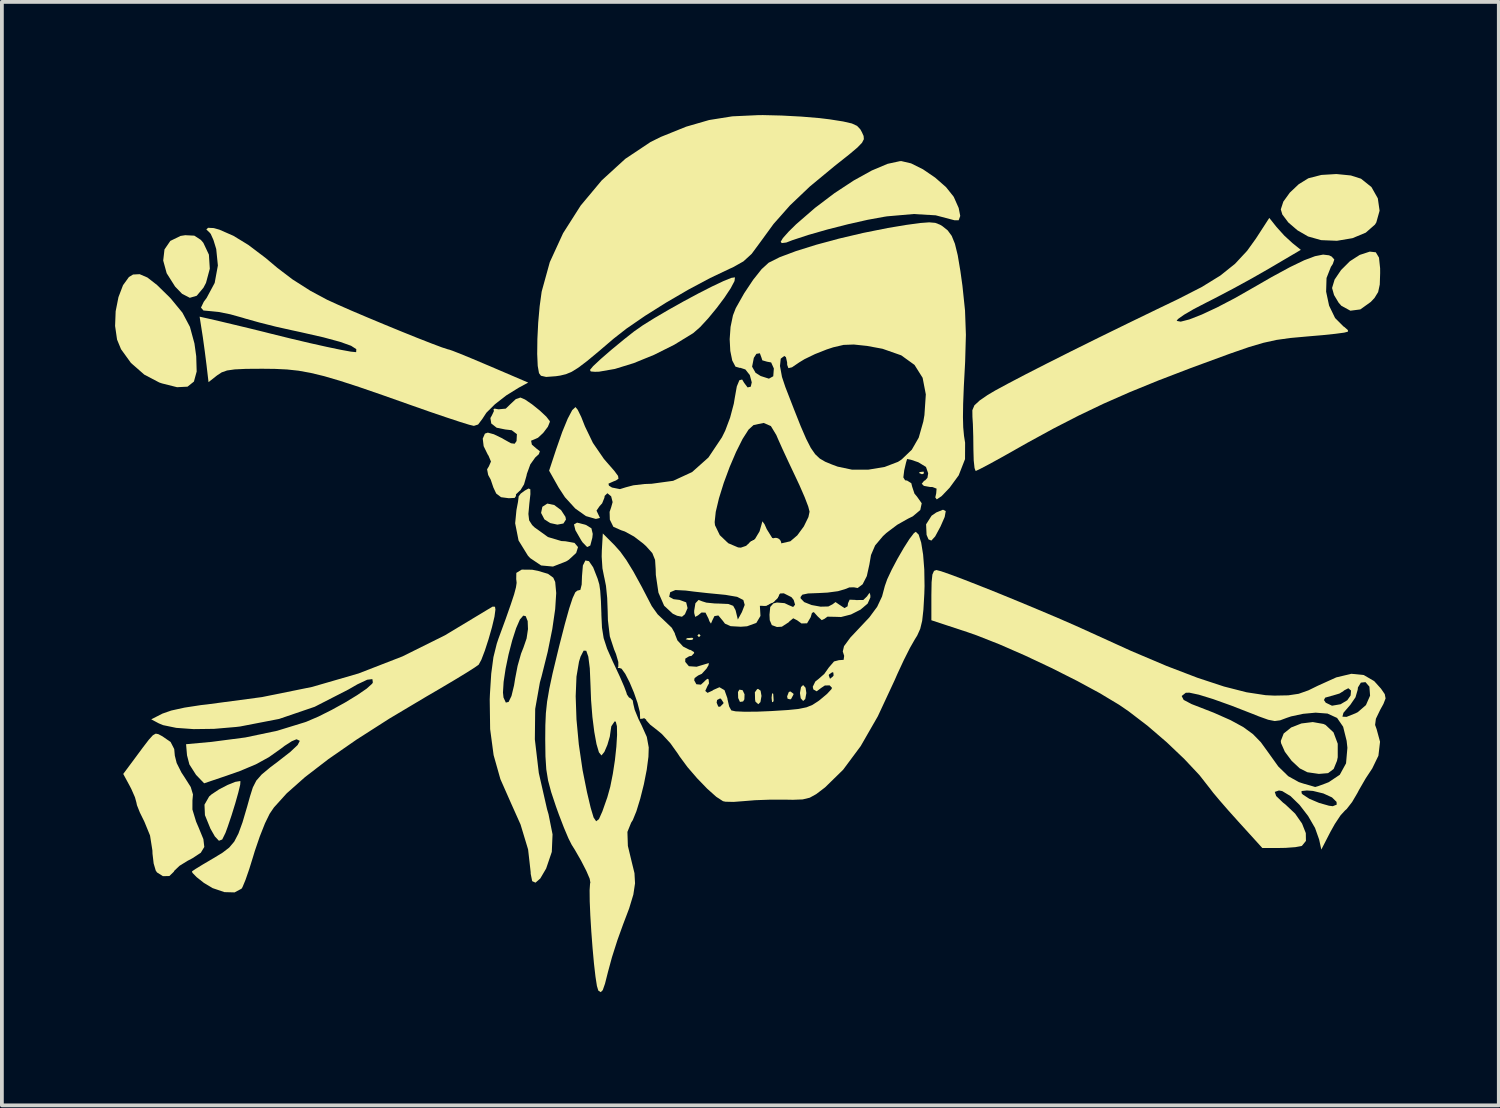
<source format=kicad_pcb>
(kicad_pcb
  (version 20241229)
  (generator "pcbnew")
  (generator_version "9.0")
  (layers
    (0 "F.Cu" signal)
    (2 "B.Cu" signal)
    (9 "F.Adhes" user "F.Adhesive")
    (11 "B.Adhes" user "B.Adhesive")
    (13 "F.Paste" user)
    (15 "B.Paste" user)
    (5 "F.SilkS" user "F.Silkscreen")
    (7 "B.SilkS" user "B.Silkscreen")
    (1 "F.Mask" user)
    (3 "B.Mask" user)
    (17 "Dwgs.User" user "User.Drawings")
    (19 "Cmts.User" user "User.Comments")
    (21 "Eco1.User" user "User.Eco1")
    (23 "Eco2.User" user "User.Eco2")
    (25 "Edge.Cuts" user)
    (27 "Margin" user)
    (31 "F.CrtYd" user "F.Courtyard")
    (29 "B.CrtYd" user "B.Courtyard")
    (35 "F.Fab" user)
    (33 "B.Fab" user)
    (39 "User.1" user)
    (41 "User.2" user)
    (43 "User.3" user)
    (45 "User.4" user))
  (footprint "logo"
    (layer "F.Cu")
    (at 16.79 11.675)
    (property "Reference" "logo" (at 0 0 0) (layer "F.SilkS") (effects (font (size 1.5 1.5) (thickness 0.3))))
    (attr board_only exclude_from_pos_files exclude_from_bom)
    (fp_poly (pts (xy -1.274 2.117) (xy -1.317 2.159) (xy -1.359 2.117) (xy -1.317 2.074)) (stroke (width 0) (type solid)) (fill yes) (layer "F.SilkS"))
    (fp_poly (pts (xy -1.467 2.193) (xy -1.492 2.231) (xy -1.579 2.237) (xy -1.669 2.216) (xy -1.63 2.186) (xy -1.497 2.176)) (stroke (width 0) (type solid)) (fill yes) (layer "F.SilkS"))
    (fp_poly (pts (xy 0.651 3.662) (xy 0.662 3.835) (xy 0.651 3.873) (xy 0.62 3.884) (xy 0.608 3.768) (xy 0.621 3.647)) (stroke (width 0) (type solid)) (fill yes) (layer "F.SilkS"))
    (fp_poly (pts (xy 4.644 -2.215) (xy 4.632 -2.165) (xy 4.587 -2.159) (xy 4.517 -2.19) (xy 4.531 -2.215) (xy 4.631 -2.226)) (stroke (width 0) (type solid)) (fill yes) (layer "F.SilkS"))
    (fp_poly (pts (xy -0.161 3.565) (xy -0.109 3.675) (xy -0.114 3.809) (xy -0.147 3.864) (xy -0.231 3.876) (xy -0.278 3.773) (xy -0.283 3.613) (xy -0.246 3.551)) (stroke (width 0) (type solid)) (fill yes) (layer "F.SilkS"))
    (fp_poly (pts (xy 1.187 3.659) (xy 1.189 3.678) (xy 1.128 3.793) (xy 1.104 3.81) (xy 1.032 3.791) (xy 1.019 3.73) (xy 1.064 3.614) (xy 1.104 3.598)) (stroke (width 0) (type solid)) (fill yes) (layer "F.SilkS"))
    (fp_poly (pts (xy 1.508 3.501) (xy 1.529 3.641) (xy 1.5 3.8) (xy 1.444 3.852) (xy 1.38 3.78) (xy 1.359 3.641) (xy 1.388 3.482) (xy 1.444 3.429)) (stroke (width 0) (type solid)) (fill yes) (layer "F.SilkS"))
    (fp_poly (pts (xy 0.316 3.578) (xy 0.34 3.718) (xy 0.312 3.881) (xy 0.255 3.937) (xy 0.179 3.868) (xy 0.17 3.81) (xy 0.166 3.657) (xy 0.164 3.622) (xy 0.222 3.541) (xy 0.248 3.53)) (stroke (width 0) (type solid)) (fill yes) (layer "F.SilkS"))
    (fp_poly (pts (xy -5.153 -1.342) (xy -4.971 -1.206) (xy -4.855 -1.028) (xy -4.842 -0.956) (xy -4.909 -0.852) (xy -5.068 -0.822) (xy -5.261 -0.864) (xy -5.412 -0.961) (xy -5.501 -1.132) (xy -5.467 -1.295) (xy -5.336 -1.38)) (stroke (width 0) (type solid)) (fill yes) (layer "F.SilkS"))
    (fp_poly (pts (xy 5.223 -1.181) (xy 5.195 -1.025) (xy 5.084 -0.772) (xy 4.943 -0.51) (xy 4.842 -0.399) (xy 4.766 -0.431) (xy 4.715 -0.55) (xy 4.702 -0.83) (xy 4.847 -1.058) (xy 4.971 -1.144) (xy 5.15 -1.217)) (stroke (width 0) (type solid)) (fill yes) (layer "F.SilkS"))
    (fp_poly (pts (xy -4.344 -0.824) (xy -4.309 -0.812) (xy -4.167 -0.725) (xy -4.132 -0.576) (xy -4.143 -0.473) (xy -4.197 -0.268) (xy -4.281 -0.228) (xy -4.402 -0.353) (xy -4.435 -0.402) (xy -4.591 -0.673) (xy -4.629 -0.827) (xy -4.548 -0.875)) (stroke (width 0) (type solid)) (fill yes) (layer "F.SilkS"))
    (fp_poly (pts (xy -14.69 -8.48) (xy -14.517 -8.367) (xy -14.451 -8.29) (xy -14.304 -7.977) (xy -14.28 -7.604) (xy -14.381 -7.228) (xy -14.448 -7.101) (xy -14.627 -6.887) (xy -14.81 -6.833) (xy -15.015 -6.939) (xy -15.2 -7.131) (xy -15.423 -7.484) (xy -15.515 -7.82) (xy -15.481 -8.115) (xy -15.326 -8.341) (xy -15.055 -8.473) (xy -14.931 -8.492)) (stroke (width 0) (type solid)) (fill yes) (layer "F.SilkS"))
    (fp_poly (pts (xy -13.468 5.98) (xy -13.475 6.071) (xy -13.525 6.279) (xy -13.605 6.564) (xy -13.703 6.881) (xy -13.807 7.189) (xy -13.864 7.345) (xy -13.951 7.522) (xy -14.038 7.556) (xy -14.146 7.441) (xy -14.263 7.236) (xy -14.409 6.877) (xy -14.421 6.599) (xy -14.297 6.382) (xy -14.233 6.326) (xy -14.036 6.195) (xy -13.809 6.077) (xy -13.606 5.995) (xy -13.48 5.974)) (stroke (width 0) (type solid)) (fill yes) (layer "F.SilkS"))
    (fp_poly (pts (xy 15.231 4.46) (xy 15.288 4.486) (xy 15.499 4.684) (xy 15.611 4.984) (xy 15.611 5.343) (xy 15.591 5.438) (xy 15.503 5.653) (xy 15.355 5.764) (xy 15.112 5.784) (xy 14.807 5.74) (xy 14.605 5.638) (xy 14.39 5.438) (xy 14.209 5.196) (xy 14.109 4.969) (xy 14.102 4.91) (xy 14.178 4.714) (xy 14.376 4.554) (xy 14.649 4.447) (xy 14.95 4.41)) (stroke (width 0) (type solid)) (fill yes) (layer "F.SilkS"))
    (fp_poly (pts (xy 16.62 -8.039) (xy 16.704 -7.898) (xy 16.734 -7.615) (xy 16.735 -7.489) (xy 16.725 -7.185) (xy 16.682 -6.986) (xy 16.586 -6.83) (xy 16.487 -6.724) (xy 16.209 -6.525) (xy 15.946 -6.491) (xy 15.708 -6.621) (xy 15.637 -6.7) (xy 15.513 -6.906) (xy 15.461 -7.092) (xy 15.461 -7.094) (xy 15.528 -7.317) (xy 15.7 -7.57) (xy 15.935 -7.804) (xy 16.189 -7.967) (xy 16.204 -7.973) (xy 16.46 -8.057)) (stroke (width 0) (type solid)) (fill yes) (layer "F.SilkS"))
    (fp_poly (pts (xy 15.959 -10.075) (xy 16.228 -9.989) (xy 16.504 -9.768) (xy 16.673 -9.469) (xy 16.72 -9.141) (xy 16.633 -8.83) (xy 16.597 -8.773) (xy 16.353 -8.559) (xy 16.001 -8.413) (xy 15.59 -8.344) (xy 15.171 -8.361) (xy 14.824 -8.459) (xy 14.543 -8.622) (xy 14.302 -8.829) (xy 14.143 -9.04) (xy 14.102 -9.176) (xy 14.169 -9.382) (xy 14.341 -9.62) (xy 14.576 -9.842) (xy 14.828 -9.998) (xy 14.838 -10.002) (xy 15.177 -10.089) (xy 15.576 -10.113)) (stroke (width 0) (type solid)) (fill yes) (layer "F.SilkS"))
    (fp_poly (pts (xy -15.934 -7.371) (xy -15.678 -7.172) (xy -15.349 -6.85) (xy -15.31 -6.809) (xy -15.006 -6.439) (xy -14.807 -6.064) (xy -14.687 -5.623) (xy -14.64 -5.285) (xy -14.628 -4.88) (xy -14.701 -4.613) (xy -14.87 -4.478) (xy -15.148 -4.464) (xy -15.546 -4.564) (xy -15.62 -4.589) (xy -16.016 -4.797) (xy -16.37 -5.107) (xy -16.633 -5.471) (xy -16.738 -5.726) (xy -16.79 -6.087) (xy -16.775 -6.476) (xy -16.701 -6.85) (xy -16.58 -7.167) (xy -16.423 -7.384) (xy -16.314 -7.45) (xy -16.139 -7.459)) (stroke (width 0) (type solid)) (fill yes) (layer "F.SilkS"))
    (fp_poly (pts (xy -5.786 -1.758) (xy -5.784 -1.629) (xy -5.812 -1.38) (xy -5.837 -1.105) (xy -5.817 -0.935) (xy -5.738 -0.811) (xy -5.674 -0.749) (xy -5.318 -0.493) (xy -4.963 -0.387) (xy -4.853 -0.381) (xy -4.616 -0.338) (xy -4.522 -0.227) (xy -4.571 -0.071) (xy -4.764 0.107) (xy -4.837 0.153) (xy -5.186 0.289) (xy -5.5 0.26) (xy -5.789 0.066) (xy -5.849 0.002) (xy -6.098 -0.402) (xy -6.188 -0.858) (xy -6.154 -1.207) (xy -6.113 -1.423) (xy -6.096 -1.558) (xy -6.096 -1.571) (xy -6.04 -1.645) (xy -5.93 -1.726) (xy -5.831 -1.78)) (stroke (width 0) (type solid)) (fill yes) (layer "F.SilkS"))
    (fp_poly (pts (xy -0.363 -7.375) (xy -0.375 -7.277) (xy -0.476 -7.086) (xy -0.642 -6.836) (xy -0.849 -6.56) (xy -1.071 -6.29) (xy -1.284 -6.059) (xy -1.464 -5.901) (xy -1.477 -5.892) (xy -1.97 -5.59) (xy -2.506 -5.322) (xy -3.045 -5.102) (xy -3.545 -4.948) (xy -3.965 -4.875) (xy -4.074 -4.872) (xy -4.184 -4.881) (xy -4.205 -4.922) (xy -4.124 -5.02) (xy -3.929 -5.202) (xy -3.908 -5.221) (xy -3.63 -5.462) (xy -3.296 -5.737) (xy -3.038 -5.941) (xy -2.807 -6.103) (xy -2.492 -6.299) (xy -2.123 -6.515) (xy -1.729 -6.736) (xy -1.336 -6.947) (xy -0.975 -7.131) (xy -0.673 -7.274) (xy -0.46 -7.361) (xy -0.363 -7.375)) (stroke (width 0) (type solid)) (fill yes) (layer "F.SilkS"))
    (fp_poly (pts (xy 4.303 -10.396) (xy 4.619 -10.239) (xy 4.944 -10.017) (xy 5.231 -9.765) (xy 5.429 -9.517) (xy 5.441 -9.495) (xy 5.566 -9.213) (xy 5.607 -9.002) (xy 5.565 -8.887) (xy 5.458 -8.887) (xy 4.957 -9.019) (xy 4.369 -9.053) (xy 3.668 -8.992) (xy 3.597 -8.981) (xy 3.153 -8.9) (xy 2.634 -8.783) (xy 2.092 -8.645) (xy 1.582 -8.499) (xy 1.159 -8.36) (xy 0.998 -8.298) (xy 0.877 -8.283) (xy 0.849 -8.319) (xy 0.907 -8.415) (xy 1.059 -8.586) (xy 1.258 -8.782) (xy 1.756 -9.214) (xy 2.274 -9.606) (xy 2.785 -9.942) (xy 3.264 -10.207) (xy 3.681 -10.383) (xy 4.012 -10.455) (xy 4.045 -10.456)) (stroke (width 0) (type solid)) (fill yes) (layer "F.SilkS"))
    (fp_poly (pts (xy -15.644 4.73) (xy -15.558 4.776) (xy -15.54 4.785) (xy -15.319 4.938) (xy -15.223 5.125) (xy -15.207 5.3) (xy -15.158 5.496) (xy -15.032 5.747) (xy -14.946 5.878) (xy -14.785 6.132) (xy -14.726 6.329) (xy -14.74 6.483) (xy -14.741 6.727) (xy -14.643 7.05) (xy -14.575 7.208) (xy -14.45 7.513) (xy -14.426 7.72) (xy -14.519 7.874) (xy -14.745 8.022) (xy -14.871 8.088) (xy -15.082 8.219) (xy -15.219 8.349) (xy -15.235 8.378) (xy -15.351 8.49) (xy -15.523 8.494) (xy -15.679 8.395) (xy -15.713 8.345) (xy -15.768 8.158) (xy -15.799 7.894) (xy -15.801 7.815) (xy -15.864 7.416) (xy -16.013 7.052) (xy -16.134 6.806) (xy -16.211 6.612) (xy -16.225 6.543) (xy -16.263 6.404) (xy -16.358 6.188) (xy -16.399 6.108) (xy -16.574 5.785) (xy -16.293 5.407) (xy -16.054 5.084) (xy -15.893 4.874) (xy -15.788 4.759) (xy -15.713 4.717)) (stroke (width 0) (type solid)) (fill yes) (layer "F.SilkS"))
    (fp_poly (pts (xy 0.877 -11.663) (xy 1.401 -11.635) (xy 1.879 -11.595) (xy 2.143 -11.563) (xy 2.504 -11.506) (xy 2.735 -11.453) (xy 2.873 -11.389) (xy 2.959 -11.298) (xy 3.001 -11.222) (xy 3.046 -11.122) (xy 3.053 -11.037) (xy 3.005 -10.943) (xy 2.883 -10.816) (xy 2.667 -10.634) (xy 2.34 -10.375) (xy 2.271 -10.32) (xy 1.622 -9.783) (xy 1.096 -9.283) (xy 0.659 -8.789) (xy 0.3 -8.296) (xy 0.079 -7.997) (xy -0.139 -7.798) (xy -0.418 -7.641) (xy -0.499 -7.605) (xy -1.021 -7.357) (xy -1.598 -7.049) (xy -2.189 -6.705) (xy -2.749 -6.353) (xy -3.236 -6.018) (xy -3.58 -5.749) (xy -3.984 -5.404) (xy -4.286 -5.154) (xy -4.512 -4.983) (xy -4.688 -4.873) (xy -4.841 -4.809) (xy -4.994 -4.772) (xy -5.11 -4.755) (xy -5.367 -4.736) (xy -5.504 -4.767) (xy -5.556 -4.836) (xy -5.59 -5.028) (xy -5.604 -5.345) (xy -5.599 -5.743) (xy -5.577 -6.178) (xy -5.539 -6.607) (xy -5.487 -6.986) (xy -5.483 -7.007) (xy -5.27 -7.778) (xy -4.918 -8.545) (xy -4.452 -9.277) (xy -3.894 -9.945) (xy -3.269 -10.516) (xy -2.6 -10.962) (xy -2.325 -11.098) (xy -1.656 -11.368) (xy -1.048 -11.544) (xy -0.434 -11.642) (xy 0.255 -11.674) (xy 0.382 -11.675)) (stroke (width 0) (type solid)) (fill yes) (layer "F.SilkS"))
    (fp_poly (pts (xy -5.927 -4.138) (xy -5.74 -4.01) (xy -5.536 -3.846) (xy -5.364 -3.685) (xy -5.272 -3.567) (xy -5.267 -3.548) (xy -5.321 -3.415) (xy -5.445 -3.252) (xy -5.583 -3.124) (xy -5.659 -3.09) (xy -5.766 -3.046) (xy -5.745 -2.942) (xy -5.628 -2.841) (xy -5.533 -2.766) (xy -5.56 -2.689) (xy -5.656 -2.601) (xy -5.786 -2.419) (xy -5.878 -2.166) (xy -5.887 -2.119) (xy -5.953 -1.888) (xy -6.049 -1.732) (xy -6.073 -1.714) (xy -6.167 -1.624) (xy -6.167 -1.579) (xy -6.201 -1.53) (xy -6.358 -1.522) (xy -6.562 -1.549) (xy -6.69 -1.646) (xy -6.765 -1.805) (xy -6.836 -2.015) (xy -6.903 -2.138) (xy -6.932 -2.288) (xy -6.884 -2.367) (xy -6.829 -2.494) (xy -6.894 -2.649) (xy -6.916 -2.682) (xy -7.023 -2.901) (xy -7.047 -3.101) (xy -6.989 -3.234) (xy -6.912 -3.26) (xy -6.753 -3.217) (xy -6.535 -3.112) (xy -6.487 -3.083) (xy -6.298 -2.978) (xy -6.201 -2.966) (xy -6.151 -3.037) (xy -6.142 -3.22) (xy -6.28 -3.324) (xy -6.451 -3.344) (xy -6.678 -3.39) (xy -6.821 -3.502) (xy -6.844 -3.647) (xy -6.807 -3.712) (xy -6.75 -3.833) (xy -6.763 -3.876) (xy -6.735 -3.897) (xy -6.629 -3.878) (xy -6.437 -3.896) (xy -6.319 -4.01) (xy -6.171 -4.148) (xy -6.048 -4.19)) (stroke (width 0) (type solid)) (fill yes) (layer "F.SilkS"))
    (fp_poly (pts (xy -5.738 0.373) (xy -5.583 0.403) (xy -5.318 0.482) (xy -5.178 0.584) (xy -5.127 0.697) (xy -5.1 0.991) (xy -5.127 1.416) (xy -5.204 1.946) (xy -5.326 2.551) (xy -5.489 3.204) (xy -5.532 3.357) (xy -5.657 4.061) (xy -5.666 4.869) (xy -5.561 5.761) (xy -5.343 6.718) (xy -5.304 6.852) (xy -5.197 7.386) (xy -5.217 7.851) (xy -5.367 8.292) (xy -5.369 8.295) (xy -5.522 8.555) (xy -5.649 8.666) (xy -5.737 8.626) (xy -5.776 8.431) (xy -5.777 8.386) (xy -5.845 7.787) (xy -6.045 7.125) (xy -6.299 6.557) (xy -6.579 5.923) (xy -6.759 5.286) (xy -6.851 4.597) (xy -6.862 3.809) (xy -6.857 3.683) (xy -6.854 3.627) (xy -6.511 3.627) (xy -6.497 3.759) (xy -6.435 3.894) (xy -6.361 3.876) (xy -6.285 3.718) (xy -6.217 3.437) (xy -6.189 3.262) (xy -6.123 2.92) (xy -6.031 2.595) (xy -5.967 2.433) (xy -5.885 2.195) (xy -5.848 1.946) (xy -5.856 1.734) (xy -5.908 1.604) (xy -5.973 1.589) (xy -6.062 1.692) (xy -6.163 1.924) (xy -6.266 2.245) (xy -6.362 2.615) (xy -6.441 2.995) (xy -6.494 3.346) (xy -6.511 3.627) (xy -6.854 3.627) (xy -6.822 3.126) (xy -6.764 2.691) (xy -6.675 2.332) (xy -6.631 2.201) (xy -6.441 1.683) (xy -6.306 1.299) (xy -6.216 1.027) (xy -6.167 0.842) (xy -6.149 0.722) (xy -6.157 0.641) (xy -6.16 0.631) (xy -6.157 0.457) (xy -6.014 0.37)) (stroke (width 0) (type solid)) (fill yes) (layer "F.SilkS"))
    (fp_poly (pts (xy 13.989 -8.709) (xy 14.194 -8.482) (xy 14.408 -8.285) (xy 14.633 -8.104) (xy 13.794 -7.61) (xy 13.341 -7.351) (xy 12.828 -7.07) (xy 12.336 -6.812) (xy 12.125 -6.705) (xy 11.795 -6.534) (xy 11.536 -6.383) (xy 11.377 -6.271) (xy 11.342 -6.221) (xy 11.45 -6.201) (xy 11.679 -6.26) (xy 12.008 -6.389) (xy 12.413 -6.578) (xy 12.873 -6.818) (xy 13.252 -7.033) (xy 13.86 -7.383) (xy 14.345 -7.646) (xy 14.722 -7.828) (xy 15.009 -7.936) (xy 15.223 -7.978) (xy 15.381 -7.959) (xy 15.451 -7.925) (xy 15.52 -7.847) (xy 15.48 -7.729) (xy 15.43 -7.653) (xy 15.314 -7.358) (xy 15.303 -6.996) (xy 15.382 -6.625) (xy 15.54 -6.298) (xy 15.764 -6.073) (xy 15.785 -6.061) (xy 15.881 -5.976) (xy 15.88 -5.935) (xy 15.781 -5.91) (xy 15.548 -5.879) (xy 15.215 -5.844) (xy 14.818 -5.81) (xy 14.363 -5.769) (xy 13.989 -5.717) (xy 13.64 -5.64) (xy 13.257 -5.527) (xy 12.784 -5.363) (xy 12.7 -5.333) (xy 11.715 -4.971) (xy 10.86 -4.643) (xy 10.103 -4.334) (xy 9.409 -4.029) (xy 8.746 -3.712) (xy 8.082 -3.371) (xy 7.383 -2.989) (xy 7.051 -2.801) (xy 6.685 -2.595) (xy 6.372 -2.423) (xy 6.141 -2.302) (xy 6.023 -2.246) (xy 6.015 -2.244) (xy 5.986 -2.321) (xy 5.964 -2.524) (xy 5.956 -2.809) (xy 5.956 -2.815) (xy 5.952 -3.162) (xy 5.942 -3.485) (xy 5.93 -3.68) (xy 5.928 -3.854) (xy 5.982 -3.983) (xy 6.124 -4.114) (xy 6.329 -4.255) (xy 6.535 -4.377) (xy 6.877 -4.562) (xy 7.337 -4.803) (xy 7.899 -5.09) (xy 8.545 -5.415) (xy 9.257 -5.768) (xy 10.019 -6.141) (xy 10.811 -6.525) (xy 11.383 -6.8) (xy 12.007 -7.119) (xy 12.499 -7.422) (xy 12.889 -7.734) (xy 13.21 -8.079) (xy 13.444 -8.405) (xy 13.797 -8.95)) (stroke (width 0) (type solid)) (fill yes) (layer "F.SilkS"))
    (fp_poly (pts (xy -14.176 -8.681) (xy -14.026 -8.639) (xy -13.656 -8.477) (xy -13.26 -8.235) (xy -12.807 -7.893) (xy -12.488 -7.625) (xy -12.09 -7.322) (xy -11.613 -7.018) (xy -11.171 -6.781) (xy -10.893 -6.654) (xy -10.527 -6.493) (xy -10.103 -6.313) (xy -9.65 -6.124) (xy -9.197 -5.938) (xy -8.773 -5.767) (xy -8.407 -5.624) (xy -8.128 -5.519) (xy -7.965 -5.466) (xy -7.939 -5.461) (xy -7.846 -5.429) (xy -7.627 -5.343) (xy -7.314 -5.214) (xy -6.938 -5.055) (xy -6.864 -5.024) (xy -5.842 -4.586) (xy -6.091 -4.452) (xy -6.422 -4.247) (xy -6.723 -4.013) (xy -6.95 -3.788) (xy -7.057 -3.624) (xy -7.17 -3.475) (xy -7.282 -3.439) (xy -7.407 -3.469) (xy -7.664 -3.549) (xy -8.024 -3.668) (xy -8.462 -3.817) (xy -8.948 -3.988) (xy -8.962 -3.993) (xy -9.712 -4.258) (xy -10.327 -4.47) (xy -10.832 -4.634) (xy -11.251 -4.757) (xy -11.608 -4.843) (xy -11.928 -4.901) (xy -12.234 -4.934) (xy -12.552 -4.949) (xy -12.887 -4.953) (xy -13.32 -4.95) (xy -13.62 -4.936) (xy -13.823 -4.907) (xy -13.965 -4.857) (xy -14.082 -4.78) (xy -14.088 -4.776) (xy -14.314 -4.598) (xy -14.367 -5.051) (xy -14.413 -5.413) (xy -14.465 -5.791) (xy -14.485 -5.918) (xy -14.55 -6.333) (xy -14.304 -6.278) (xy -14.017 -6.212) (xy -13.632 -6.12) (xy -13.215 -6.02) (xy -12.833 -5.926) (xy -12.7 -5.892) (xy -12.15 -5.756) (xy -11.634 -5.634) (xy -11.177 -5.532) (xy -10.804 -5.454) (xy -10.54 -5.406) (xy -10.409 -5.393) (xy -10.401 -5.396) (xy -10.398 -5.473) (xy -10.537 -5.562) (xy -10.825 -5.665) (xy -11.267 -5.785) (xy -11.869 -5.922) (xy -12.105 -5.973) (xy -12.53 -6.068) (xy -12.969 -6.179) (xy -13.341 -6.283) (xy -13.408 -6.304) (xy -13.738 -6.396) (xy -14.048 -6.458) (xy -14.237 -6.477) (xy -14.449 -6.497) (xy -14.514 -6.573) (xy -14.44 -6.728) (xy -14.365 -6.828) (xy -14.151 -7.227) (xy -14.066 -7.69) (xy -14.11 -8.126) (xy -14.183 -8.364) (xy -14.255 -8.525) (xy -14.282 -8.558) (xy -14.372 -8.644) (xy -14.326 -8.688)) (stroke (width 0) (type solid)) (fill yes) (layer "F.SilkS"))
    (fp_poly (pts (xy -6.722 1.354) (xy -6.711 1.431) (xy -6.736 1.618) (xy -6.802 1.895) (xy -6.892 2.211) (xy -6.991 2.517) (xy -7.084 2.76) (xy -7.155 2.89) (xy -7.157 2.891) (xy -7.263 2.966) (xy -7.49 3.11) (xy -7.811 3.305) (xy -8.201 3.536) (xy -8.537 3.732) (xy -9.519 4.317) (xy -10.388 4.873) (xy -11.138 5.393) (xy -11.758 5.87) (xy -12.242 6.299) (xy -12.581 6.674) (xy -12.695 6.842) (xy -12.817 7.092) (xy -12.956 7.443) (xy -13.089 7.832) (xy -13.127 7.959) (xy -13.234 8.304) (xy -13.334 8.593) (xy -13.412 8.781) (xy -13.437 8.824) (xy -13.623 8.924) (xy -13.893 8.917) (xy -14.205 8.811) (xy -14.437 8.672) (xy -14.63 8.519) (xy -14.741 8.405) (xy -14.752 8.366) (xy -14.66 8.304) (xy -14.463 8.183) (xy -14.2 8.028) (xy -14.17 8.011) (xy -13.94 7.87) (xy -13.767 7.737) (xy -13.633 7.579) (xy -13.522 7.366) (xy -13.413 7.067) (xy -13.29 6.65) (xy -13.216 6.384) (xy -13.14 6.143) (xy -13.048 5.962) (xy -12.904 5.798) (xy -12.674 5.607) (xy -12.489 5.468) (xy -12.149 5.203) (xy -11.952 5.018) (xy -11.895 4.908) (xy -11.974 4.869) (xy -11.987 4.868) (xy -12.106 4.917) (xy -12.297 5.04) (xy -12.39 5.111) (xy -12.713 5.34) (xy -13.059 5.53) (xy -13.481 5.707) (xy -13.844 5.835) (xy -14.43 6.033) (xy -14.645 5.809) (xy -14.821 5.533) (xy -14.884 5.291) (xy -14.909 4.997) (xy -14.232 4.935) (xy -13.338 4.818) (xy -12.495 4.641) (xy -11.757 4.414) (xy -11.72 4.401) (xy -11.403 4.265) (xy -11.05 4.088) (xy -10.695 3.892) (xy -10.375 3.697) (xy -10.124 3.525) (xy -9.979 3.395) (xy -9.959 3.361) (xy -9.972 3.272) (xy -10.108 3.288) (xy -10.37 3.411) (xy -10.608 3.548) (xy -11.5 4.005) (xy -12.443 4.327) (xy -13.475 4.527) (xy -13.582 4.54) (xy -14.167 4.59) (xy -14.708 4.597) (xy -15.169 4.564) (xy -15.517 4.492) (xy -15.631 4.445) (xy -15.832 4.338) (xy -15.535 4.186) (xy -15.303 4.105) (xy -14.949 4.027) (xy -14.518 3.961) (xy -14.351 3.942) (xy -12.897 3.748) (xy -11.569 3.479) (xy -10.338 3.122) (xy -9.174 2.67) (xy -8.047 2.11) (xy -6.945 1.446) (xy -6.786 1.351)) (stroke (width 0) (type solid)) (fill yes) (layer "F.SilkS"))
    (fp_poly (pts (xy -4.233 0.146) (xy -4.121 0.309) (xy -4.003 0.61) (xy -3.958 0.762) (xy -3.934 0.928) (xy -3.915 1.205) (xy -3.903 1.537) (xy -3.903 1.566) (xy -3.887 1.908) (xy -3.843 2.186) (xy -3.752 2.465) (xy -3.598 2.813) (xy -3.56 2.892) (xy -3.413 3.208) (xy -3.299 3.471) (xy -3.236 3.64) (xy -3.228 3.675) (xy -3.168 3.764) (xy -3.143 3.768) (xy -3.072 3.838) (xy -3.058 3.924) (xy -3.02 4.085) (xy -2.921 4.327) (xy -2.839 4.492) (xy -2.699 4.804) (xy -2.648 5.084) (xy -2.656 5.33) (xy -2.701 5.673) (xy -2.777 6.059) (xy -2.873 6.441) (xy -2.975 6.774) (xy -3.071 7.009) (xy -3.114 7.076) (xy -3.213 7.321) (xy -3.201 7.692) (xy -3.096 8.128) (xy -3.026 8.414) (xy -3.011 8.684) (xy -3.056 8.982) (xy -3.167 9.349) (xy -3.326 9.768) (xy -3.476 10.183) (xy -3.623 10.644) (xy -3.728 11.031) (xy -3.807 11.344) (xy -3.867 11.515) (xy -3.921 11.568) (xy -3.981 11.529) (xy -3.985 11.523) (xy -4.021 11.405) (xy -4.06 11.153) (xy -4.1 10.804) (xy -4.137 10.395) (xy -4.17 9.96) (xy -4.196 9.536) (xy -4.212 9.159) (xy -4.215 8.865) (xy -4.203 8.69) (xy -4.195 8.664) (xy -4.213 8.561) (xy -4.302 8.354) (xy -4.44 8.085) (xy -4.607 7.794) (xy -4.69 7.662) (xy -4.776 7.492) (xy -4.896 7.208) (xy -5.031 6.857) (xy -5.107 6.646) (xy -5.233 6.267) (xy -5.315 5.96) (xy -5.363 5.664) (xy -5.385 5.32) (xy -5.391 4.868) (xy -5.388 4.495) (xy -5.374 4.174) (xy -5.341 3.864) (xy -5.317 3.728) (xy -4.584 3.728) (xy -4.563 4.339) (xy -4.501 5.004) (xy -4.401 5.685) (xy -4.285 6.265) (xy -4.186 6.684) (xy -4.109 6.94) (xy -4.041 7.039) (xy -3.968 6.983) (xy -3.876 6.776) (xy -3.752 6.423) (xy -3.747 6.41) (xy -3.668 6.126) (xy -3.6 5.785) (xy -3.544 5.419) (xy -3.506 5.064) (xy -3.487 4.753) (xy -3.491 4.52) (xy -3.522 4.399) (xy -3.554 4.394) (xy -3.64 4.523) (xy -3.653 4.607) (xy -3.68 4.797) (xy -3.744 5.015) (xy -3.824 5.201) (xy -3.897 5.29) (xy -3.904 5.292) (xy -3.968 5.212) (xy -4.032 4.995) (xy -4.091 4.671) (xy -4.141 4.273) (xy -4.176 3.831) (xy -4.191 3.436) (xy -4.21 2.985) (xy -4.249 2.678) (xy -4.304 2.52) (xy -4.374 2.518) (xy -4.455 2.676) (xy -4.496 2.81) (xy -4.563 3.206) (xy -4.584 3.728) (xy -5.317 3.728) (xy -5.283 3.527) (xy -5.196 3.12) (xy -5.072 2.605) (xy -5.019 2.388) (xy -4.873 1.82) (xy -4.757 1.403) (xy -4.665 1.124) (xy -4.593 0.969) (xy -4.537 0.924) (xy -4.53 0.925) (xy -4.46 0.907) (xy -4.425 0.766) (xy -4.417 0.548) (xy -4.393 0.26) (xy -4.327 0.128)) (stroke (width 0) (type solid)) (fill yes) (layer "F.SilkS"))
    (fp_poly (pts (xy 4.505 -0.558) (xy 4.572 -0.346) (xy 4.623 -0.028) (xy 4.654 0.366) (xy 4.661 0.802) (xy 4.655 1.012) (xy 4.631 1.433) (xy 4.598 1.728) (xy 4.546 1.941) (xy 4.467 2.117) (xy 4.404 2.218) (xy 4.276 2.442) (xy 4.112 2.767) (xy 3.94 3.137) (xy 3.868 3.302) (xy 3.423 4.257) (xy 2.969 5.047) (xy 2.504 5.673) (xy 2.026 6.14) (xy 2.008 6.154) (xy 1.79 6.32) (xy 1.618 6.415) (xy 1.432 6.46) (xy 1.174 6.47) (xy 0.946 6.466) (xy 0.557 6.467) (xy 0.168 6.481) (xy -0.127 6.505) (xy -0.4 6.526) (xy -0.614 6.521) (xy -0.68 6.507) (xy -0.857 6.392) (xy -1.098 6.177) (xy -1.364 5.902) (xy -1.621 5.604) (xy -1.83 5.321) (xy -1.877 5.248) (xy -2.076 4.97) (xy -2.302 4.725) (xy -2.428 4.621) (xy -2.609 4.48) (xy -2.711 4.368) (xy -2.718 4.344) (xy -2.771 4.305) (xy -2.805 4.319) (xy -2.876 4.326) (xy -2.876 4.303) (xy -2.884 4.144) (xy -2.945 3.905) (xy -2.948 3.895) (xy -0.849 3.895) (xy -0.806 4) (xy -0.758 4.005) (xy -0.67 3.918) (xy -0.667 3.895) (xy -0.733 3.795) (xy -0.758 3.784) (xy -0.836 3.825) (xy -0.849 3.895) (xy -2.948 3.895) (xy -3.041 3.628) (xy -3.155 3.357) (xy -3.27 3.132) (xy -3.368 2.996) (xy -3.421 2.978) (xy -3.469 2.977) (xy -3.454 2.943) (xy -3.454 2.819) (xy -3.516 2.606) (xy -3.566 2.485) (xy -3.679 2.14) (xy -3.73 1.71) (xy -3.736 1.473) (xy -3.749 1.121) (xy -3.781 0.801) (xy -3.825 0.581) (xy -3.828 0.573) (xy -3.875 0.336) (xy -3.895 0.025) (xy -3.891 -0.136) (xy -3.865 -0.588) (xy -3.562 -0.285) (xy -3.404 -0.109) (xy -3.241 0.118) (xy -3.055 0.421) (xy -2.832 0.828) (xy -2.568 1.337) (xy -2.412 1.555) (xy -2.204 1.752) (xy -2.201 1.755) (xy -2.036 1.913) (xy -1.955 2.061) (xy -1.954 2.077) (xy -1.888 2.246) (xy -1.737 2.409) (xy -1.569 2.495) (xy -1.544 2.498) (xy -1.45 2.554) (xy -1.444 2.582) (xy -1.513 2.656) (xy -1.578 2.667) (xy -1.679 2.729) (xy -1.681 2.815) (xy -1.584 2.93) (xy -1.38 2.944) (xy -1.16 2.878) (xy -1.055 2.845) (xy -1.064 2.905) (xy -1.116 2.993) (xy -1.242 3.132) (xy -1.337 3.175) (xy -1.432 3.243) (xy -1.444 3.302) (xy -1.386 3.408) (xy -1.266 3.419) (xy -1.168 3.33) (xy -1.166 3.323) (xy -1.094 3.263) (xy -1.061 3.279) (xy -1.051 3.385) (xy -1.092 3.456) (xy -1.15 3.585) (xy -1.09 3.636) (xy -0.958 3.576) (xy -0.939 3.56) (xy -0.774 3.487) (xy -0.64 3.565) (xy -0.564 3.778) (xy -0.562 3.8) (xy -0.517 3.997) (xy -0.46 4.101) (xy -0.348 4.126) (xy -0.105 4.137) (xy 0.234 4.134) (xy 0.595 4.119) (xy 1.024 4.092) (xy 1.324 4.062) (xy 1.533 4.019) (xy 1.691 3.955) (xy 1.838 3.86) (xy 1.89 3.821) (xy 2.078 3.663) (xy 2.193 3.539) (xy 2.209 3.504) (xy 2.147 3.438) (xy 2.019 3.441) (xy 1.912 3.512) (xy 1.911 3.514) (xy 1.803 3.595) (xy 1.714 3.545) (xy 1.699 3.474) (xy 1.766 3.336) (xy 1.851 3.269) (xy 1.958 3.175) (xy 2.124 3.175) (xy 2.153 3.257) (xy 2.161 3.26) (xy 2.234 3.2) (xy 2.251 3.175) (xy 2.244 3.097) (xy 2.214 3.09) (xy 2.127 3.152) (xy 2.124 3.175) (xy 1.958 3.175) (xy 2.003 3.136) (xy 2.122 2.967) (xy 2.262 2.804) (xy 2.391 2.77) (xy 2.517 2.761) (xy 2.531 2.655) (xy 2.494 2.539) (xy 2.527 2.399) (xy 2.694 2.172) (xy 2.887 1.967) (xy 3.199 1.635) (xy 3.405 1.356) (xy 3.535 1.081) (xy 3.609 0.804) (xy 3.672 0.625) (xy 3.792 0.37) (xy 3.945 0.081) (xy 4.11 -0.204) (xy 4.262 -0.443) (xy 4.379 -0.596) (xy 4.428 -0.632)) (stroke (width 0) (type solid)) (fill yes) (layer "F.SilkS"))
    (fp_poly (pts (xy 5.098 0.413) (xy 5.353 0.502) (xy 5.712 0.637) (xy 6.151 0.809) (xy 6.644 1.006) (xy 7.166 1.22) (xy 7.691 1.439) (xy 8.195 1.652) (xy 8.651 1.851) (xy 9.034 2.024) (xy 9.06 2.036) (xy 10.133 2.524) (xy 11.074 2.923) (xy 11.892 3.236) (xy 12.596 3.468) (xy 13.195 3.621) (xy 13.701 3.698) (xy 13.933 3.709) (xy 14.3 3.702) (xy 14.575 3.661) (xy 14.833 3.57) (xy 15.08 3.449) (xy 15.573 3.226) (xy 15.973 3.131) (xy 16.301 3.164) (xy 16.577 3.325) (xy 16.758 3.526) (xy 16.857 3.67) (xy 16.879 3.783) (xy 16.822 3.93) (xy 16.736 4.086) (xy 16.622 4.323) (xy 16.601 4.486) (xy 16.641 4.597) (xy 16.732 4.932) (xy 16.689 5.302) (xy 16.526 5.639) (xy 16.351 5.904) (xy 16.174 6.21) (xy 16.133 6.289) (xy 15.992 6.529) (xy 15.851 6.711) (xy 15.802 6.755) (xy 15.685 6.883) (xy 15.534 7.111) (xy 15.415 7.324) (xy 15.176 7.789) (xy 15.118 7.523) (xy 15.01 7.218) (xy 14.826 6.9) (xy 14.599 6.605) (xy 14.36 6.372) (xy 14.141 6.24) (xy 14.133 6.238) (xy 14.651 6.238) (xy 14.654 6.297) (xy 14.683 6.329) (xy 14.858 6.443) (xy 15.117 6.553) (xy 15.378 6.627) (xy 15.479 6.64) (xy 15.584 6.598) (xy 15.579 6.525) (xy 15.459 6.407) (xy 15.23 6.302) (xy 14.954 6.235) (xy 14.794 6.223) (xy 14.651 6.238) (xy 14.133 6.238) (xy 14.053 6.223) (xy 13.942 6.261) (xy 13.979 6.37) (xy 14.161 6.545) (xy 14.229 6.598) (xy 14.482 6.837) (xy 14.665 7.1) (xy 14.765 7.353) (xy 14.768 7.56) (xy 14.663 7.689) (xy 14.647 7.696) (xy 14.488 7.725) (xy 14.23 7.744) (xy 14.062 7.747) (xy 13.612 7.747) (xy 12.986 7.058) (xy 12.717 6.758) (xy 12.482 6.488) (xy 12.309 6.282) (xy 12.239 6.19) (xy 11.946 5.816) (xy 11.545 5.389) (xy 11.075 4.942) (xy 10.571 4.509) (xy 10.072 4.127) (xy 9.817 3.952) (xy 9.43 3.72) (xy 11.475 3.72) (xy 11.528 3.823) (xy 11.735 3.932) (xy 11.744 3.936) (xy 12.325 4.162) (xy 12.77 4.359) (xy 13.108 4.543) (xy 13.366 4.732) (xy 13.572 4.943) (xy 13.754 5.194) (xy 13.758 5.2) (xy 14.037 5.589) (xy 14.3 5.845) (xy 14.58 6.001) (xy 14.696 6.039) (xy 14.896 6.096) (xy 15.007 6.129) (xy 15.013 6.131) (xy 15.096 6.107) (xy 15.281 6.039) (xy 15.37 6.004) (xy 15.665 5.807) (xy 15.831 5.504) (xy 15.867 5.092) (xy 15.847 4.908) (xy 15.754 4.534) (xy 15.594 4.301) (xy 15.519 4.267) (xy 15.735 4.267) (xy 15.844 4.273) (xy 16.081 4.178) (xy 16.143 4.147) (xy 16.358 3.961) (xy 16.468 3.711) (xy 16.45 3.472) (xy 16.346 3.352) (xy 16.224 3.365) (xy 16.146 3.493) (xy 16.14 3.552) (xy 16.082 3.753) (xy 15.94 3.96) (xy 15.928 3.972) (xy 15.762 4.165) (xy 15.735 4.267) (xy 15.519 4.267) (xy 15.34 4.185) (xy 15.024 4.161) (xy 14.692 4.192) (xy 14.374 4.26) (xy 14.256 4.3) (xy 14.085 4.364) (xy 13.941 4.383) (xy 13.769 4.349) (xy 13.518 4.259) (xy 13.364 4.197) (xy 12.791 3.974) (xy 12.38 3.827) (xy 15.246 3.827) (xy 15.293 3.897) (xy 15.459 3.977) (xy 15.686 3.938) (xy 15.864 3.832) (xy 15.952 3.706) (xy 15.963 3.575) (xy 15.892 3.514) (xy 15.891 3.514) (xy 15.774 3.575) (xy 15.765 3.587) (xy 15.657 3.654) (xy 15.459 3.713) (xy 15.452 3.714) (xy 15.278 3.763) (xy 15.246 3.827) (xy 12.38 3.827) (xy 12.308 3.801) (xy 11.931 3.685) (xy 11.679 3.631) (xy 11.583 3.634) (xy 11.475 3.72) (xy 9.43 3.72) (xy 9.317 3.651) (xy 8.704 3.319) (xy 8.023 2.976) (xy 7.322 2.646) (xy 6.647 2.351) (xy 6.046 2.114) (xy 5.798 2.027) (xy 4.842 1.712) (xy 4.842 1.046) (xy 4.848 0.705) (xy 4.869 0.501) (xy 4.912 0.404) (xy 4.975 0.381)) (stroke (width 0) (type solid)) (fill yes) (layer "F.SilkS"))
    (fp_poly (pts (xy 4.946 -8.819) (xy 5.071 -8.77) (xy 5.138 -8.729) (xy 5.275 -8.619) (xy 5.381 -8.474) (xy 5.466 -8.265) (xy 5.54 -7.963) (xy 5.611 -7.541) (xy 5.665 -7.154) (xy 5.734 -6.495) (xy 5.757 -5.853) (xy 5.737 -5.142) (xy 5.734 -5.08) (xy 5.702 -4.482) (xy 5.684 -4.023) (xy 5.679 -3.672) (xy 5.686 -3.399) (xy 5.707 -3.175) (xy 5.736 -2.991) (xy 5.734 -2.558) (xy 5.566 -2.128) (xy 5.325 -1.799) (xy 5.113 -1.577) (xy 4.985 -1.491) (xy 4.946 -1.543) (xy 4.97 -1.651) (xy 4.98 -1.776) (xy 4.872 -1.818) (xy 4.805 -1.82) (xy 4.643 -1.849) (xy 4.587 -1.905) (xy 4.652 -1.987) (xy 4.672 -1.99) (xy 4.738 -2.062) (xy 4.757 -2.183) (xy 4.699 -2.351) (xy 4.503 -2.471) (xy 4.487 -2.478) (xy 4.301 -2.541) (xy 4.203 -2.561) (xy 4.199 -2.56) (xy 4.172 -2.472) (xy 4.128 -2.286) (xy 4.123 -2.265) (xy 4.099 -2.073) (xy 4.146 -1.997) (xy 4.198 -1.99) (xy 4.31 -1.92) (xy 4.332 -1.831) (xy 4.394 -1.644) (xy 4.46 -1.566) (xy 4.586 -1.388) (xy 4.548 -1.209) (xy 4.35 -1.042) (xy 4.226 -0.981) (xy 3.939 -0.819) (xy 3.648 -0.6) (xy 3.558 -0.516) (xy 3.351 -0.27) (xy 3.242 -0.016) (xy 3.199 0.235) (xy 3.131 0.542) (xy 3.02 0.759) (xy 2.888 0.858) (xy 2.793 0.84) (xy 2.671 0.841) (xy 2.547 0.89) (xy 2.368 0.942) (xy 2.09 0.979) (xy 1.862 0.991) (xy 1.574 1.002) (xy 1.423 1.034) (xy 1.375 1.096) (xy 1.377 1.132) (xy 1.472 1.231) (xy 1.669 1.309) (xy 1.905 1.352) (xy 2.112 1.347) (xy 2.222 1.29) (xy 2.302 1.23) (xy 2.392 1.292) (xy 2.539 1.39) (xy 2.622 1.342) (xy 2.633 1.261) (xy 2.676 1.167) (xy 2.828 1.173) (xy 2.841 1.177) (xy 3.038 1.175) (xy 3.136 1.08) (xy 3.203 0.983) (xy 3.224 1.044) (xy 3.226 1.106) (xy 3.153 1.271) (xy 2.964 1.431) (xy 2.712 1.559) (xy 2.45 1.626) (xy 2.293 1.621) (xy 2.088 1.617) (xy 2.008 1.675) (xy 1.936 1.709) (xy 1.829 1.61) (xy 1.726 1.495) (xy 1.677 1.519) (xy 1.644 1.631) (xy 1.548 1.793) (xy 1.4 1.797) (xy 1.286 1.714) (xy 1.181 1.66) (xy 1.075 1.747) (xy 1.063 1.764) (xy 0.88 1.883) (xy 0.75 1.891) (xy 0.614 1.841) (xy 0.559 1.711) (xy 0.552 1.566) (xy 0.572 1.359) (xy 0.655 1.266) (xy 0.748 1.242) (xy 0.952 1.259) (xy 1.059 1.31) (xy 1.179 1.361) (xy 1.23 1.299) (xy 1.193 1.174) (xy 1.134 1.1) (xy 0.931 0.998) (xy 0.74 1.008) (xy 0.517 1.045) (xy 0.365 1.058) (xy 0.284 1.103) (xy 0.286 1.259) (xy 0.296 1.307) (xy 0.313 1.598) (xy 0.203 1.783) (xy -0.043 1.872) (xy -0.209 1.884) (xy -0.477 1.869) (xy -0.628 1.802) (xy -0.684 1.728) (xy -0.803 1.585) (xy -0.907 1.602) (xy -0.962 1.714) (xy -0.999 1.801) (xy -1.041 1.737) (xy -1.063 1.672) (xy -1.144 1.51) (xy -1.25 1.507) (xy -1.342 1.583) (xy -1.416 1.623) (xy -1.443 1.521) (xy -1.444 1.461) (xy -1.411 1.261) (xy -1.327 1.173) (xy -1.236 1.209) (xy -1.121 1.245) (xy -0.9 1.267) (xy -0.782 1.27) (xy -0.537 1.281) (xy -0.41 1.33) (xy -0.349 1.441) (xy -0.338 1.482) (xy -0.287 1.693) (xy -0.179 1.496) (xy -0.105 1.305) (xy -0.141 1.176) (xy -0.305 1.092) (xy -0.616 1.039) (xy -0.737 1.027) (xy -1.098 0.992) (xy -1.448 0.953) (xy -1.668 0.925) (xy -1.941 0.911) (xy -2.078 0.969) (xy -2.08 0.971) (xy -2.106 1.09) (xy -1.99 1.154) (xy -1.832 1.173) (xy -1.656 1.238) (xy -1.619 1.39) (xy -1.689 1.553) (xy -1.767 1.619) (xy -1.896 1.593) (xy -2.012 1.538) (xy -2.24 1.327) (xy -2.391 0.98) (xy -2.46 0.511) (xy -2.464 0.36) (xy -2.48 0.113) (xy -2.553 -0.067) (xy -2.718 -0.251) (xy -2.794 -0.32) (xy -3.037 -0.506) (xy -3.281 -0.64) (xy -3.379 -0.673) (xy -3.586 -0.765) (xy -3.647 -0.889) (xy -0.901 -0.889) (xy -0.892 -0.806) (xy -0.765 -0.543) (xy -0.542 -0.33) (xy -0.28 -0.218) (xy -0.207 -0.212) (xy -0.017 -0.277) (xy 0.164 -0.435) (xy 0.289 -0.644) (xy 0.344 -0.836) (xy 0.344 -0.837) (xy 0.364 -0.91) (xy 0.421 -0.832) (xy 0.479 -0.702) (xy 0.647 -0.432) (xy 0.856 -0.324) (xy 1.102 -0.38) (xy 1.106 -0.382) (xy 1.288 -0.537) (xy 1.462 -0.774) (xy 1.584 -1.023) (xy 1.614 -1.165) (xy 1.579 -1.302) (xy 1.484 -1.55) (xy 1.345 -1.869) (xy 1.238 -2.097) (xy 1.063 -2.467) (xy 0.901 -2.816) (xy 0.777 -3.093) (xy 0.733 -3.196) (xy 0.589 -3.434) (xy 0.397 -3.517) (xy 0.13 -3.461) (xy -0.003 -3.34) (xy -0.162 -3.091) (xy -0.333 -2.749) (xy -0.504 -2.349) (xy -0.66 -1.928) (xy -0.787 -1.52) (xy -0.872 -1.162) (xy -0.901 -0.889) (xy -3.647 -0.889) (xy -3.677 -0.95) (xy -3.679 -0.957) (xy -3.685 -1.16) (xy -3.644 -1.28) (xy -3.605 -1.419) (xy -3.644 -1.572) (xy -3.738 -1.65) (xy -3.747 -1.651) (xy -3.816 -1.583) (xy -3.823 -1.534) (xy -3.883 -1.386) (xy -3.951 -1.311) (xy -4.032 -1.193) (xy -3.983 -1.089) (xy -3.94 -0.999) (xy -4.044 -0.974) (xy -4.055 -0.974) (xy -4.312 -1.048) (xy -4.595 -1.249) (xy -4.868 -1.548) (xy -5.035 -1.803) (xy -5.288 -2.252) (xy -5.101 -2.819) (xy -4.94 -3.279) (xy -4.795 -3.631) (xy -4.676 -3.856) (xy -4.59 -3.937) (xy -4.589 -3.937) (xy -4.529 -3.864) (xy -4.436 -3.673) (xy -4.338 -3.425) (xy -4.127 -2.987) (xy -3.837 -2.565) (xy -3.763 -2.479) (xy -3.562 -2.249) (xy -3.461 -2.113) (xy -3.45 -2.039) (xy -3.516 -1.993) (xy -3.578 -1.969) (xy -3.715 -1.908) (xy -3.703 -1.855) (xy -3.622 -1.805) (xy -3.411 -1.763) (xy -3.257 -1.811) (xy -3.056 -1.864) (xy -2.764 -1.898) (xy -2.571 -1.905) (xy -2.001 -1.983) (xy -1.499 -2.215) (xy -1.067 -2.6) (xy -0.709 -3.135) (xy -0.621 -3.313) (xy -0.492 -3.656) (xy -0.394 -4.025) (xy -0.367 -4.187) (xy -0.314 -4.484) (xy -0.246 -4.649) (xy -0.173 -4.668) (xy -0.118 -4.577) (xy -0.028 -4.458) (xy 0.056 -4.478) (xy 0.082 -4.593) (xy 0.03 -4.786) (xy -0.087 -4.934) (xy -0.221 -4.978) (xy -0.233 -4.975) (xy -0.348 -5.008) (xy 0.091 -5.008) (xy 0.184 -4.844) (xy 0.319 -4.76) (xy 0.537 -4.69) (xy 0.652 -4.754) (xy 0.667 -4.953) (xy 0.666 -4.964) (xy 0.638 -5.026) (xy 0.83 -5.026) (xy 0.883 -4.736) (xy 0.972 -4.469) (xy 1.2 -3.882) (xy 1.379 -3.431) (xy 1.524 -3.096) (xy 1.647 -2.855) (xy 1.763 -2.688) (xy 1.885 -2.573) (xy 2.028 -2.489) (xy 2.205 -2.416) (xy 2.358 -2.359) (xy 2.737 -2.279) (xy 3.173 -2.279) (xy 3.602 -2.35) (xy 3.958 -2.486) (xy 4.054 -2.549) (xy 4.323 -2.807) (xy 4.507 -3.127) (xy 4.628 -3.553) (xy 4.658 -3.726) (xy 4.695 -4.273) (xy 4.61 -4.713) (xy 4.395 -5.055) (xy 4.044 -5.308) (xy 3.548 -5.482) (xy 3.137 -5.558) (xy 2.786 -5.595) (xy 2.516 -5.585) (xy 2.241 -5.521) (xy 2.068 -5.464) (xy 1.757 -5.341) (xy 1.479 -5.206) (xy 1.341 -5.122) (xy 1.148 -4.991) (xy 1.053 -4.969) (xy 1.021 -5.056) (xy 1.019 -5.122) (xy 0.988 -5.26) (xy 0.944 -5.292) (xy 0.85 -5.22) (xy 0.83 -5.026) (xy 0.638 -5.026) (xy 0.596 -5.12) (xy 0.488 -5.14) (xy 0.362 -5.176) (xy 0.34 -5.246) (xy 0.297 -5.363) (xy 0.205 -5.348) (xy 0.137 -5.242) (xy 0.091 -5.008) (xy -0.348 -5.008) (xy -0.349 -5.008) (xy -0.435 -5.171) (xy -0.487 -5.426) (xy -0.503 -5.735) (xy -0.48 -6.061) (xy -0.416 -6.368) (xy -0.342 -6.558) (xy -0.12 -6.951) (xy 0.118 -7.309) (xy 0.344 -7.593) (xy 0.529 -7.762) (xy 0.53 -7.763) (xy 0.824 -7.91) (xy 1.254 -8.071) (xy 1.788 -8.238) (xy 2.391 -8.401) (xy 3.033 -8.552) (xy 3.68 -8.682) (xy 4.179 -8.765) (xy 4.543 -8.815) (xy 4.784 -8.833)) (stroke (width 0) (type solid)) (fill yes) (layer "F.SilkS")))
  (gr_rect
    (start -3 -3)
    (end 36.669 26.243)
    (stroke (width 0.1) (type default))
    (fill no)
    (layer "Edge.Cuts")))
</source>
